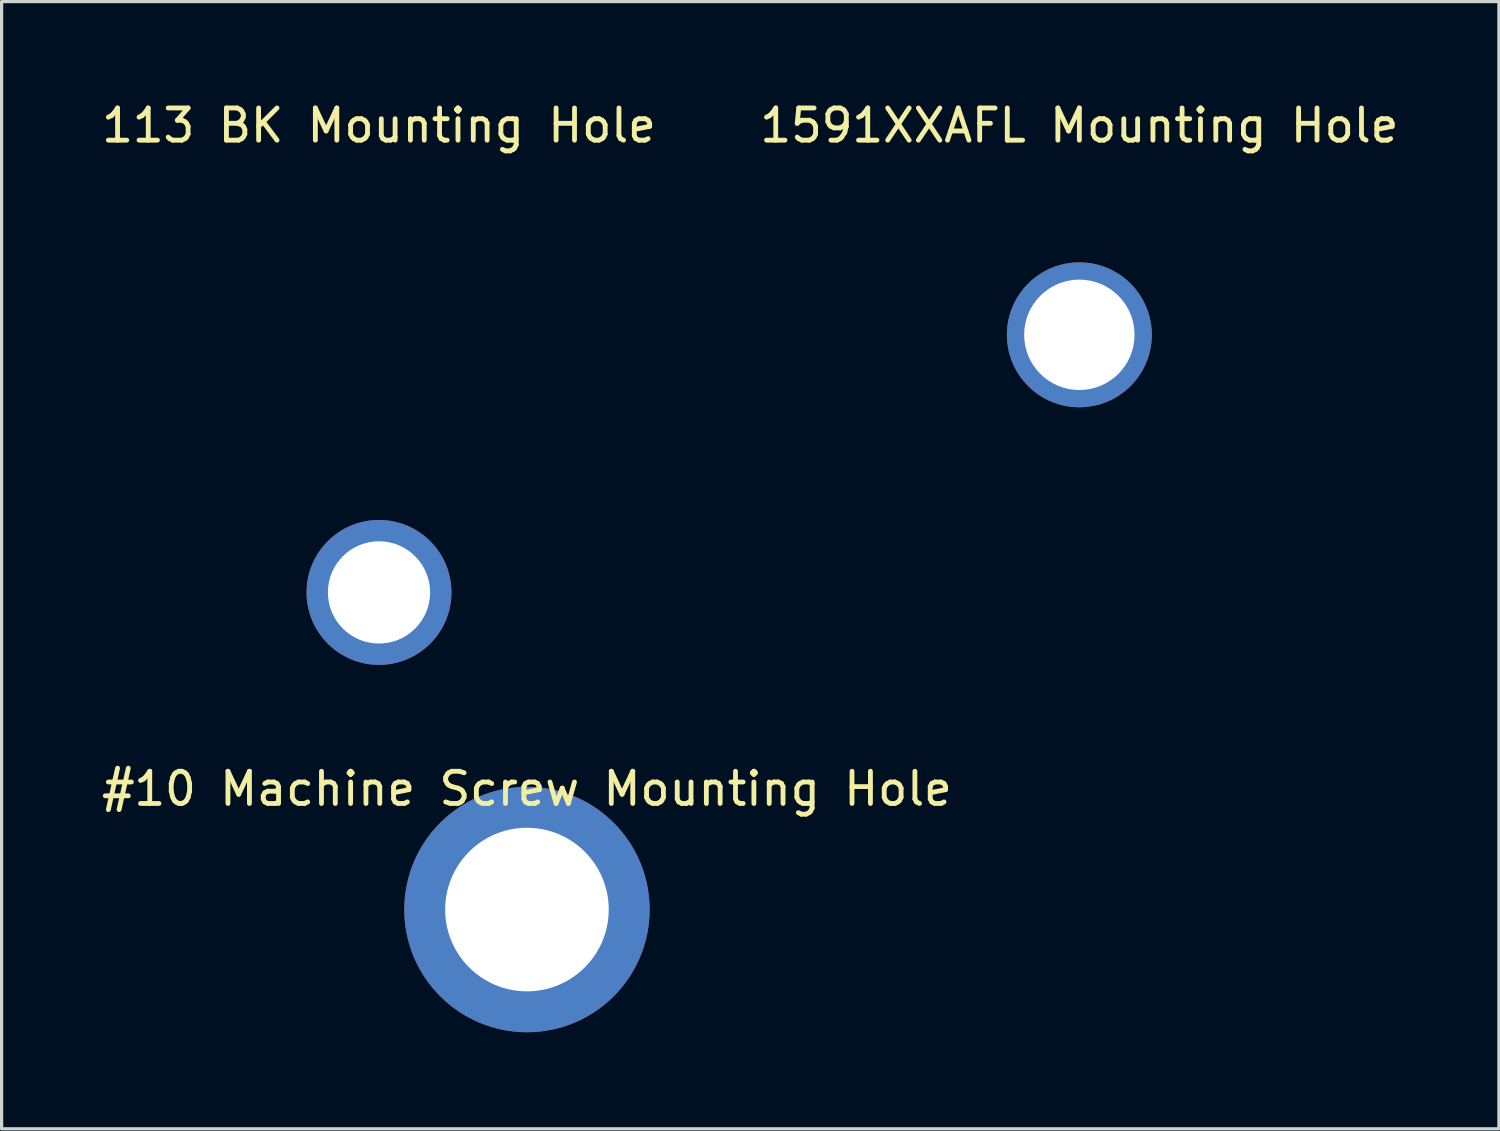
<source format=kicad_pcb>
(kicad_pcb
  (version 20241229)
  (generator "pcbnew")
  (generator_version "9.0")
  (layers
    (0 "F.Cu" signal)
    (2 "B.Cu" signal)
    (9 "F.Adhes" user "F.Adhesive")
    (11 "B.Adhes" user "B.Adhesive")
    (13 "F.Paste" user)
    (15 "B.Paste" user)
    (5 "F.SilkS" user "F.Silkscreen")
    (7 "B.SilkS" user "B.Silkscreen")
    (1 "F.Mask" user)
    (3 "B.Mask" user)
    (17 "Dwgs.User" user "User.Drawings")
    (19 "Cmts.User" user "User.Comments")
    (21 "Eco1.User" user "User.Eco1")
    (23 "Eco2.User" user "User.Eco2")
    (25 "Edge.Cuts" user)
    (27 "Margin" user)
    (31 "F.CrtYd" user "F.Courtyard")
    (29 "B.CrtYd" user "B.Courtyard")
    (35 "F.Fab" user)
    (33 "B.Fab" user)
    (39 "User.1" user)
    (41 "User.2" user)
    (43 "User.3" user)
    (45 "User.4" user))
  (footprint "#10 Machine Screw Mounting Hole"
    (layer "F.Cu")
    (at 13.315 25.197)
    (property "Reference" "#10 Machine Screw Mounting Hole" (at 0 -3.75 0) (layer "F.SilkS") (effects (font (size 1 1) (thickness 0.15))))
    (attr through_hole)
    (pad "1" thru_hole circle (at 0 0) (size 7.62 7.62) (drill 5.08) (layers "*.Cu" "*.Mask")))
  (footprint "113 BK Mounting Hole"
    (layer "F.Cu")
    (at 8.72 15.348)
    (property "Reference" "113 BK Mounting Hole" (at 0 -14.5 0) (layer "F.SilkS") (effects (font (size 1 1) (thickness 0.15))))
    (attr through_hole)
    (pad "1" thru_hole circle (at 0 0) (size 4.5 4.5) (drill 3.175) (layers "*.Cu" "*.Mask")))
  (footprint "1591XXAFL Mounting Hole"
    (layer "F.Cu")
    (at 30.47 7.348)
    (property "Reference" "1591XXAFL Mounting Hole" (at 0 -6.5 0) (layer "F.SilkS") (effects (font (size 1 1) (thickness 0.15))))
    (attr through_hole)
    (pad "1" thru_hole circle (at 0 0) (size 4.5 4.5) (drill 3.429) (layers "*.Cu" "*.Mask")))
  (gr_rect
    (start -3 -3)
    (end 43.5 32.007)
    (stroke (width 0.1) (type default))
    (fill no)
    (layer "Edge.Cuts")))
</source>
